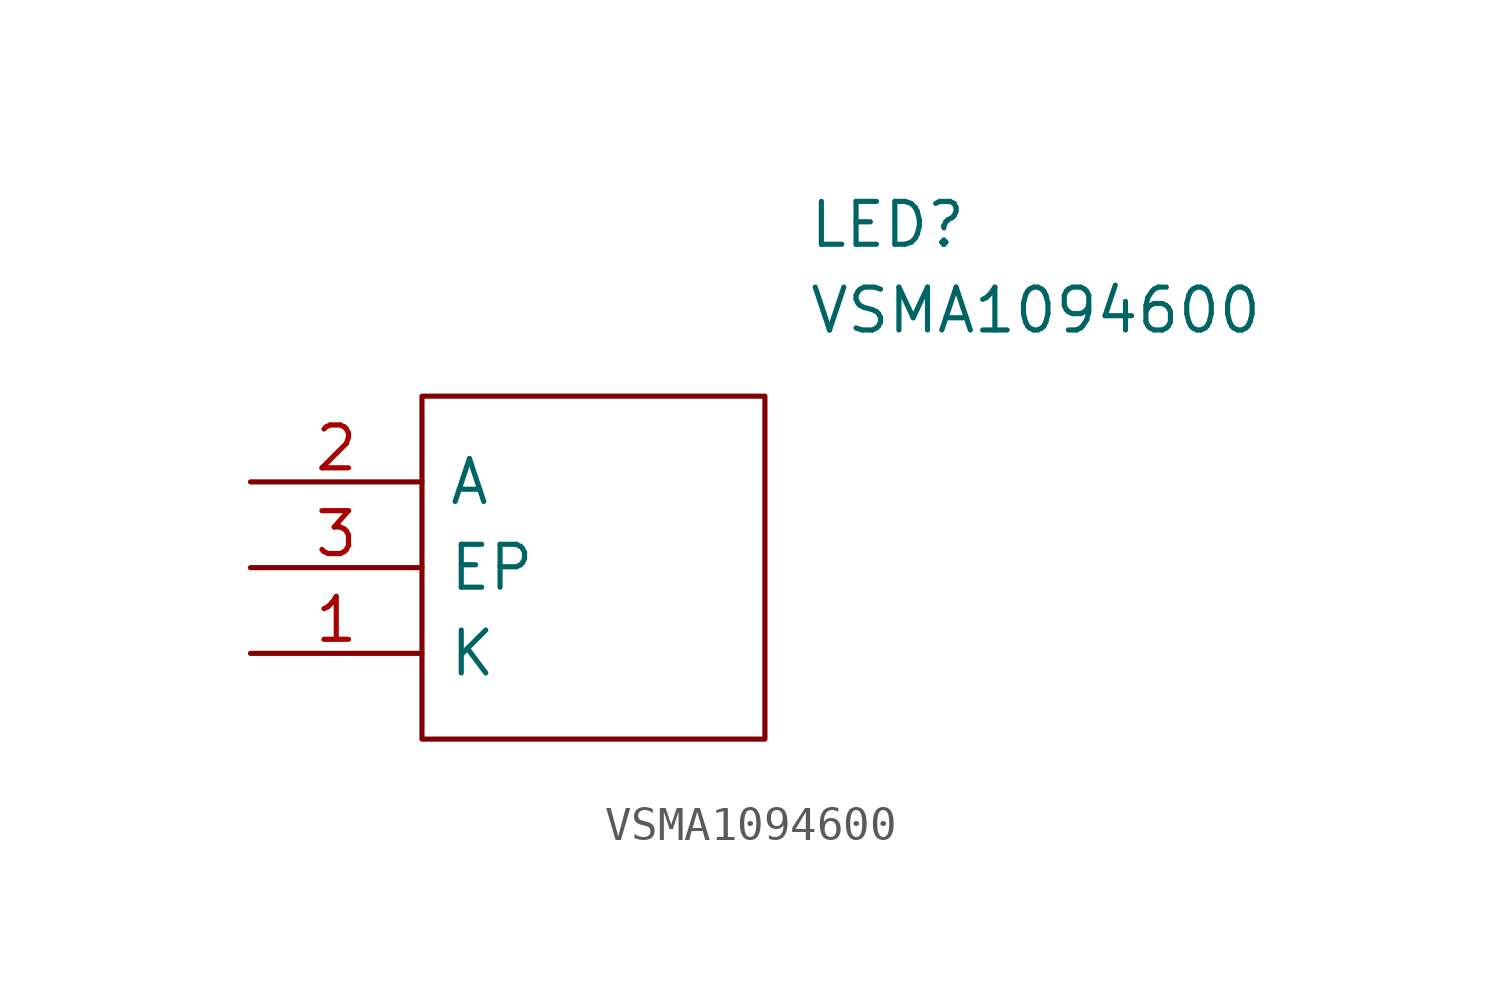
<source format=kicad_sym>
(kicad_symbol_lib
  (version 20211014)
  (generator kicad_symbol_editor)
  (symbol "VSMA1094600"
    (pin_names
      (offset 0.762))
    (property "Reference" "LED"
      (at 16.51 7.62 0)
      (effects (font (size 1.27 1.27)) (justify left)))
    (property "Value" "VSMA1094600"
      (at 16.51 5.08 0)
      (effects (font (size 1.27 1.27)) (justify left)))
    (symbol "VSMA1094600_0_0"
      (pin passive line (at 0 -5.08 0) (length 5.08) (name "K" (effects (font (size 1.27 1.27)))) (number "1" (effects (font (size 1.27 1.27)))))
      (pin passive line (at 0 0 0) (length 5.08) (name "A" (effects (font (size 1.27 1.27)))) (number "2" (effects (font (size 1.27 1.27)))))
      (pin passive line (at 0 -2.54 0) (length 5.08) (name "EP" (effects (font (size 1.27 1.27)))) (number "3" (effects (font (size 1.27 1.27))))))
    (symbol "VSMA1094600_0_1"
      (polyline (pts (xy 5.08 2.54) (xy 15.24 2.54) (xy 15.24 -7.62) (xy 5.08 -7.62) (xy 5.08 2.54)) (stroke (width 0.152) (type default) (color 0 0 0 0)) (fill (type none))))))
</source>
